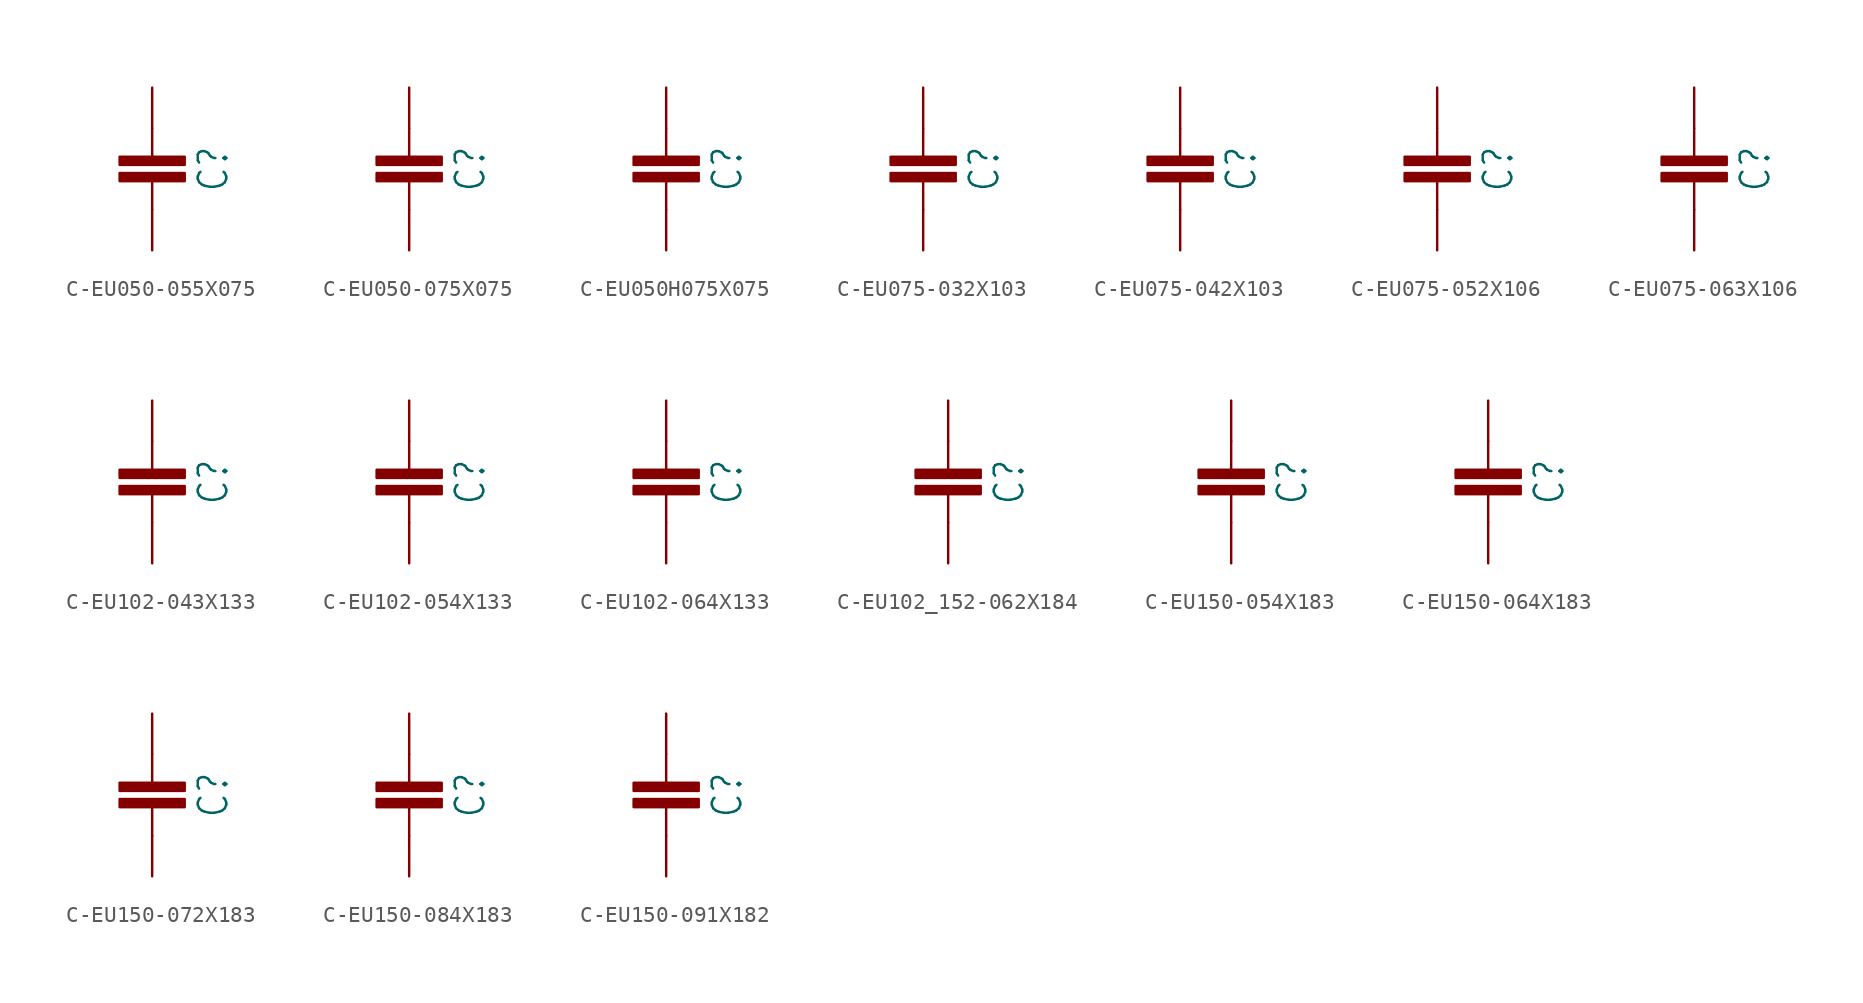
<source format=kicad_sym>
(kicad_symbol_lib
  (version 20231120)
  (generator "kicad_symbol_editor")
  (generator_version "8.0")
  (symbol "C-EU050-055X075"
    (property "Reference" "C"
      (at 3.81 0 90)
      (effects (font (size 1.778 1.511))))
    (property "Value" ""
      (at -3.81 0 90)
      (effects (font (size 1.778 1.511))))
    (property "ki_locked" ""
      (at 0 0 0)
      (effects (font (size 1.27 1.27))))
    (symbol "C-EU050-055X075_1_0"
      (rectangle (start -2.032 -0.762) (end 2.032 -0.254) (stroke (width 0) (type default)) (fill (type outline)))
      (rectangle (start -2.032 0.254) (end 2.032 0.762) (stroke (width 0) (type default)) (fill (type outline)))
      (polyline (pts (xy 0 -2.54) (xy 0 -0.762)) (stroke (width 0.152) (type solid)) (fill (type none)))
      (polyline (pts (xy 0 2.54) (xy 0 0.762)) (stroke (width 0.152) (type solid)) (fill (type none)))
      (pin passive line (at 0 5.08 270) (length 2.54) (name "1" (effects (font (size 0 0)))) (number "1" (effects (font (size 0 0)))))
      (pin passive line (at 0 -5.08 90) (length 2.54) (name "2" (effects (font (size 0 0)))) (number "2" (effects (font (size 0 0)))))))
  (symbol "C-EU050-075X075"
    (property "Reference" "C"
      (at 3.81 0 90)
      (effects (font (size 1.778 1.511))))
    (property "Value" ""
      (at -3.81 0 90)
      (effects (font (size 1.778 1.511))))
    (property "ki_locked" ""
      (at 0 0 0)
      (effects (font (size 1.27 1.27))))
    (symbol "C-EU050-075X075_1_0"
      (rectangle (start -2.032 -0.762) (end 2.032 -0.254) (stroke (width 0) (type default)) (fill (type outline)))
      (rectangle (start -2.032 0.254) (end 2.032 0.762) (stroke (width 0) (type default)) (fill (type outline)))
      (polyline (pts (xy 0 -2.54) (xy 0 -0.762)) (stroke (width 0.152) (type solid)) (fill (type none)))
      (polyline (pts (xy 0 2.54) (xy 0 0.762)) (stroke (width 0.152) (type solid)) (fill (type none)))
      (pin passive line (at 0 5.08 270) (length 2.54) (name "1" (effects (font (size 0 0)))) (number "1" (effects (font (size 0 0)))))
      (pin passive line (at 0 -5.08 90) (length 2.54) (name "2" (effects (font (size 0 0)))) (number "2" (effects (font (size 0 0)))))))
  (symbol "C-EU050H075X075"
    (property "Reference" "C"
      (at 3.81 0 90)
      (effects (font (size 1.778 1.511))))
    (property "Value" ""
      (at -3.81 0 90)
      (effects (font (size 1.778 1.511))))
    (property "ki_locked" ""
      (at 0 0 0)
      (effects (font (size 1.27 1.27))))
    (symbol "C-EU050H075X075_1_0"
      (rectangle (start -2.032 -0.762) (end 2.032 -0.254) (stroke (width 0) (type default)) (fill (type outline)))
      (rectangle (start -2.032 0.254) (end 2.032 0.762) (stroke (width 0) (type default)) (fill (type outline)))
      (polyline (pts (xy 0 -2.54) (xy 0 -0.762)) (stroke (width 0.152) (type solid)) (fill (type none)))
      (polyline (pts (xy 0 2.54) (xy 0 0.762)) (stroke (width 0.152) (type solid)) (fill (type none)))
      (pin passive line (at 0 5.08 270) (length 2.54) (name "1" (effects (font (size 0 0)))) (number "1" (effects (font (size 0 0)))))
      (pin passive line (at 0 -5.08 90) (length 2.54) (name "2" (effects (font (size 0 0)))) (number "2" (effects (font (size 0 0)))))))
  (symbol "C-EU075-032X103"
    (property "Reference" "C"
      (at 3.81 0 90)
      (effects (font (size 1.778 1.511))))
    (property "Value" ""
      (at -3.81 0 90)
      (effects (font (size 1.778 1.511))))
    (property "ki_locked" ""
      (at 0 0 0)
      (effects (font (size 1.27 1.27))))
    (symbol "C-EU075-032X103_1_0"
      (rectangle (start -2.032 -0.762) (end 2.032 -0.254) (stroke (width 0) (type default)) (fill (type outline)))
      (rectangle (start -2.032 0.254) (end 2.032 0.762) (stroke (width 0) (type default)) (fill (type outline)))
      (polyline (pts (xy 0 -2.54) (xy 0 -0.762)) (stroke (width 0.152) (type solid)) (fill (type none)))
      (polyline (pts (xy 0 2.54) (xy 0 0.762)) (stroke (width 0.152) (type solid)) (fill (type none)))
      (pin passive line (at 0 5.08 270) (length 2.54) (name "1" (effects (font (size 0 0)))) (number "1" (effects (font (size 0 0)))))
      (pin passive line (at 0 -5.08 90) (length 2.54) (name "2" (effects (font (size 0 0)))) (number "2" (effects (font (size 0 0)))))))
  (symbol "C-EU075-042X103"
    (property "Reference" "C"
      (at 3.81 0 90)
      (effects (font (size 1.778 1.511))))
    (property "Value" ""
      (at -3.81 0 90)
      (effects (font (size 1.778 1.511))))
    (property "ki_locked" ""
      (at 0 0 0)
      (effects (font (size 1.27 1.27))))
    (symbol "C-EU075-042X103_1_0"
      (rectangle (start -2.032 -0.762) (end 2.032 -0.254) (stroke (width 0) (type default)) (fill (type outline)))
      (rectangle (start -2.032 0.254) (end 2.032 0.762) (stroke (width 0) (type default)) (fill (type outline)))
      (polyline (pts (xy 0 -2.54) (xy 0 -0.762)) (stroke (width 0.152) (type solid)) (fill (type none)))
      (polyline (pts (xy 0 2.54) (xy 0 0.762)) (stroke (width 0.152) (type solid)) (fill (type none)))
      (pin passive line (at 0 5.08 270) (length 2.54) (name "1" (effects (font (size 0 0)))) (number "1" (effects (font (size 0 0)))))
      (pin passive line (at 0 -5.08 90) (length 2.54) (name "2" (effects (font (size 0 0)))) (number "2" (effects (font (size 0 0)))))))
  (symbol "C-EU075-052X106"
    (property "Reference" "C"
      (at 3.81 0 90)
      (effects (font (size 1.778 1.511))))
    (property "Value" ""
      (at -3.81 0 90)
      (effects (font (size 1.778 1.511))))
    (property "ki_locked" ""
      (at 0 0 0)
      (effects (font (size 1.27 1.27))))
    (symbol "C-EU075-052X106_1_0"
      (rectangle (start -2.032 -0.762) (end 2.032 -0.254) (stroke (width 0) (type default)) (fill (type outline)))
      (rectangle (start -2.032 0.254) (end 2.032 0.762) (stroke (width 0) (type default)) (fill (type outline)))
      (polyline (pts (xy 0 -2.54) (xy 0 -0.762)) (stroke (width 0.152) (type solid)) (fill (type none)))
      (polyline (pts (xy 0 2.54) (xy 0 0.762)) (stroke (width 0.152) (type solid)) (fill (type none)))
      (pin passive line (at 0 5.08 270) (length 2.54) (name "1" (effects (font (size 0 0)))) (number "1" (effects (font (size 0 0)))))
      (pin passive line (at 0 -5.08 90) (length 2.54) (name "2" (effects (font (size 0 0)))) (number "2" (effects (font (size 0 0)))))))
  (symbol "C-EU075-063X106"
    (property "Reference" "C"
      (at 3.81 0 90)
      (effects (font (size 1.778 1.511))))
    (property "Value" ""
      (at -3.81 0 90)
      (effects (font (size 1.778 1.511))))
    (property "ki_locked" ""
      (at 0 0 0)
      (effects (font (size 1.27 1.27))))
    (symbol "C-EU075-063X106_1_0"
      (rectangle (start -2.032 -0.762) (end 2.032 -0.254) (stroke (width 0) (type default)) (fill (type outline)))
      (rectangle (start -2.032 0.254) (end 2.032 0.762) (stroke (width 0) (type default)) (fill (type outline)))
      (polyline (pts (xy 0 -2.54) (xy 0 -0.762)) (stroke (width 0.152) (type solid)) (fill (type none)))
      (polyline (pts (xy 0 2.54) (xy 0 0.762)) (stroke (width 0.152) (type solid)) (fill (type none)))
      (pin passive line (at 0 5.08 270) (length 2.54) (name "1" (effects (font (size 0 0)))) (number "1" (effects (font (size 0 0)))))
      (pin passive line (at 0 -5.08 90) (length 2.54) (name "2" (effects (font (size 0 0)))) (number "2" (effects (font (size 0 0)))))))
  (symbol "C-EU102-043X133"
    (property "Reference" "C"
      (at 3.81 0 90)
      (effects (font (size 1.778 1.511))))
    (property "Value" ""
      (at -3.81 0 90)
      (effects (font (size 1.778 1.511))))
    (property "ki_locked" ""
      (at 0 0 0)
      (effects (font (size 1.27 1.27))))
    (symbol "C-EU102-043X133_1_0"
      (rectangle (start -2.032 -0.762) (end 2.032 -0.254) (stroke (width 0) (type default)) (fill (type outline)))
      (rectangle (start -2.032 0.254) (end 2.032 0.762) (stroke (width 0) (type default)) (fill (type outline)))
      (polyline (pts (xy 0 -2.54) (xy 0 -0.762)) (stroke (width 0.152) (type solid)) (fill (type none)))
      (polyline (pts (xy 0 2.54) (xy 0 0.762)) (stroke (width 0.152) (type solid)) (fill (type none)))
      (pin passive line (at 0 5.08 270) (length 2.54) (name "1" (effects (font (size 0 0)))) (number "1" (effects (font (size 0 0)))))
      (pin passive line (at 0 -5.08 90) (length 2.54) (name "2" (effects (font (size 0 0)))) (number "2" (effects (font (size 0 0)))))))
  (symbol "C-EU102-054X133"
    (property "Reference" "C"
      (at 3.81 0 90)
      (effects (font (size 1.778 1.511))))
    (property "Value" ""
      (at -3.81 0 90)
      (effects (font (size 1.778 1.511))))
    (property "ki_locked" ""
      (at 0 0 0)
      (effects (font (size 1.27 1.27))))
    (symbol "C-EU102-054X133_1_0"
      (rectangle (start -2.032 -0.762) (end 2.032 -0.254) (stroke (width 0) (type default)) (fill (type outline)))
      (rectangle (start -2.032 0.254) (end 2.032 0.762) (stroke (width 0) (type default)) (fill (type outline)))
      (polyline (pts (xy 0 -2.54) (xy 0 -0.762)) (stroke (width 0.152) (type solid)) (fill (type none)))
      (polyline (pts (xy 0 2.54) (xy 0 0.762)) (stroke (width 0.152) (type solid)) (fill (type none)))
      (pin passive line (at 0 5.08 270) (length 2.54) (name "1" (effects (font (size 0 0)))) (number "1" (effects (font (size 0 0)))))
      (pin passive line (at 0 -5.08 90) (length 2.54) (name "2" (effects (font (size 0 0)))) (number "2" (effects (font (size 0 0)))))))
  (symbol "C-EU102-064X133"
    (property "Reference" "C"
      (at 3.81 0 90)
      (effects (font (size 1.778 1.511))))
    (property "Value" ""
      (at -3.81 0 90)
      (effects (font (size 1.778 1.511))))
    (property "ki_locked" ""
      (at 0 0 0)
      (effects (font (size 1.27 1.27))))
    (symbol "C-EU102-064X133_1_0"
      (rectangle (start -2.032 -0.762) (end 2.032 -0.254) (stroke (width 0) (type default)) (fill (type outline)))
      (rectangle (start -2.032 0.254) (end 2.032 0.762) (stroke (width 0) (type default)) (fill (type outline)))
      (polyline (pts (xy 0 -2.54) (xy 0 -0.762)) (stroke (width 0.152) (type solid)) (fill (type none)))
      (polyline (pts (xy 0 2.54) (xy 0 0.762)) (stroke (width 0.152) (type solid)) (fill (type none)))
      (pin passive line (at 0 5.08 270) (length 2.54) (name "1" (effects (font (size 0 0)))) (number "1" (effects (font (size 0 0)))))
      (pin passive line (at 0 -5.08 90) (length 2.54) (name "2" (effects (font (size 0 0)))) (number "2" (effects (font (size 0 0)))))))
  (symbol "C-EU102_152-062X184"
    (property "Reference" "C"
      (at 3.81 0 90)
      (effects (font (size 1.778 1.511))))
    (property "Value" ""
      (at -3.81 0 90)
      (effects (font (size 1.778 1.511))))
    (property "ki_locked" ""
      (at 0 0 0)
      (effects (font (size 1.27 1.27))))
    (symbol "C-EU102_152-062X184_1_0"
      (rectangle (start -2.032 -0.762) (end 2.032 -0.254) (stroke (width 0) (type default)) (fill (type outline)))
      (rectangle (start -2.032 0.254) (end 2.032 0.762) (stroke (width 0) (type default)) (fill (type outline)))
      (polyline (pts (xy 0 -2.54) (xy 0 -0.762)) (stroke (width 0.152) (type solid)) (fill (type none)))
      (polyline (pts (xy 0 2.54) (xy 0 0.762)) (stroke (width 0.152) (type solid)) (fill (type none)))
      (pin passive line (at 0 5.08 270) (length 2.54) (name "1" (effects (font (size 0 0)))) (number "1" (effects (font (size 0 0)))))
      (pin passive line (at 0 -5.08 90) (length 2.54) (name "2" (effects (font (size 0 0)))) (number "2" (effects (font (size 0 0)))))))
  (symbol "C-EU150-054X183"
    (property "Reference" "C"
      (at 3.81 0 90)
      (effects (font (size 1.778 1.511))))
    (property "Value" ""
      (at -3.81 0 90)
      (effects (font (size 1.778 1.511))))
    (property "ki_locked" ""
      (at 0 0 0)
      (effects (font (size 1.27 1.27))))
    (symbol "C-EU150-054X183_1_0"
      (rectangle (start -2.032 -0.762) (end 2.032 -0.254) (stroke (width 0) (type default)) (fill (type outline)))
      (rectangle (start -2.032 0.254) (end 2.032 0.762) (stroke (width 0) (type default)) (fill (type outline)))
      (polyline (pts (xy 0 -2.54) (xy 0 -0.762)) (stroke (width 0.152) (type solid)) (fill (type none)))
      (polyline (pts (xy 0 2.54) (xy 0 0.762)) (stroke (width 0.152) (type solid)) (fill (type none)))
      (pin passive line (at 0 5.08 270) (length 2.54) (name "1" (effects (font (size 0 0)))) (number "1" (effects (font (size 0 0)))))
      (pin passive line (at 0 -5.08 90) (length 2.54) (name "2" (effects (font (size 0 0)))) (number "2" (effects (font (size 0 0)))))))
  (symbol "C-EU150-064X183"
    (property "Reference" "C"
      (at 3.81 0 90)
      (effects (font (size 1.778 1.511))))
    (property "Value" ""
      (at -3.81 0 90)
      (effects (font (size 1.778 1.511))))
    (property "ki_locked" ""
      (at 0 0 0)
      (effects (font (size 1.27 1.27))))
    (symbol "C-EU150-064X183_1_0"
      (rectangle (start -2.032 -0.762) (end 2.032 -0.254) (stroke (width 0) (type default)) (fill (type outline)))
      (rectangle (start -2.032 0.254) (end 2.032 0.762) (stroke (width 0) (type default)) (fill (type outline)))
      (polyline (pts (xy 0 -2.54) (xy 0 -0.762)) (stroke (width 0.152) (type solid)) (fill (type none)))
      (polyline (pts (xy 0 2.54) (xy 0 0.762)) (stroke (width 0.152) (type solid)) (fill (type none)))
      (pin passive line (at 0 5.08 270) (length 2.54) (name "1" (effects (font (size 0 0)))) (number "1" (effects (font (size 0 0)))))
      (pin passive line (at 0 -5.08 90) (length 2.54) (name "2" (effects (font (size 0 0)))) (number "2" (effects (font (size 0 0)))))))
  (symbol "C-EU150-072X183"
    (property "Reference" "C"
      (at 3.81 0 90)
      (effects (font (size 1.778 1.511))))
    (property "Value" ""
      (at -3.81 0 90)
      (effects (font (size 1.778 1.511))))
    (property "ki_locked" ""
      (at 0 0 0)
      (effects (font (size 1.27 1.27))))
    (symbol "C-EU150-072X183_1_0"
      (rectangle (start -2.032 -0.762) (end 2.032 -0.254) (stroke (width 0) (type default)) (fill (type outline)))
      (rectangle (start -2.032 0.254) (end 2.032 0.762) (stroke (width 0) (type default)) (fill (type outline)))
      (polyline (pts (xy 0 -2.54) (xy 0 -0.762)) (stroke (width 0.152) (type solid)) (fill (type none)))
      (polyline (pts (xy 0 2.54) (xy 0 0.762)) (stroke (width 0.152) (type solid)) (fill (type none)))
      (pin passive line (at 0 5.08 270) (length 2.54) (name "1" (effects (font (size 0 0)))) (number "1" (effects (font (size 0 0)))))
      (pin passive line (at 0 -5.08 90) (length 2.54) (name "2" (effects (font (size 0 0)))) (number "2" (effects (font (size 0 0)))))))
  (symbol "C-EU150-084X183"
    (property "Reference" "C"
      (at 3.81 0 90)
      (effects (font (size 1.778 1.511))))
    (property "Value" ""
      (at -3.81 0 90)
      (effects (font (size 1.778 1.511))))
    (property "ki_locked" ""
      (at 0 0 0)
      (effects (font (size 1.27 1.27))))
    (symbol "C-EU150-084X183_1_0"
      (rectangle (start -2.032 -0.762) (end 2.032 -0.254) (stroke (width 0) (type default)) (fill (type outline)))
      (rectangle (start -2.032 0.254) (end 2.032 0.762) (stroke (width 0) (type default)) (fill (type outline)))
      (polyline (pts (xy 0 -2.54) (xy 0 -0.762)) (stroke (width 0.152) (type solid)) (fill (type none)))
      (polyline (pts (xy 0 2.54) (xy 0 0.762)) (stroke (width 0.152) (type solid)) (fill (type none)))
      (pin passive line (at 0 5.08 270) (length 2.54) (name "1" (effects (font (size 0 0)))) (number "1" (effects (font (size 0 0)))))
      (pin passive line (at 0 -5.08 90) (length 2.54) (name "2" (effects (font (size 0 0)))) (number "2" (effects (font (size 0 0)))))))
  (symbol "C-EU150-091X182"
    (property "Reference" "C"
      (at 3.81 0 90)
      (effects (font (size 1.778 1.511))))
    (property "Value" ""
      (at -3.81 0 90)
      (effects (font (size 1.778 1.511))))
    (property "ki_locked" ""
      (at 0 0 0)
      (effects (font (size 1.27 1.27))))
    (symbol "C-EU150-091X182_1_0"
      (rectangle (start -2.032 -0.762) (end 2.032 -0.254) (stroke (width 0) (type default)) (fill (type outline)))
      (rectangle (start -2.032 0.254) (end 2.032 0.762) (stroke (width 0) (type default)) (fill (type outline)))
      (polyline (pts (xy 0 -2.54) (xy 0 -0.762)) (stroke (width 0.152) (type solid)) (fill (type none)))
      (polyline (pts (xy 0 2.54) (xy 0 0.762)) (stroke (width 0.152) (type solid)) (fill (type none)))
      (pin passive line (at 0 5.08 270) (length 2.54) (name "1" (effects (font (size 0 0)))) (number "1" (effects (font (size 0 0)))))
      (pin passive line (at 0 -5.08 90) (length 2.54) (name "2" (effects (font (size 0 0)))) (number "2" (effects (font (size 0 0))))))))
</source>
